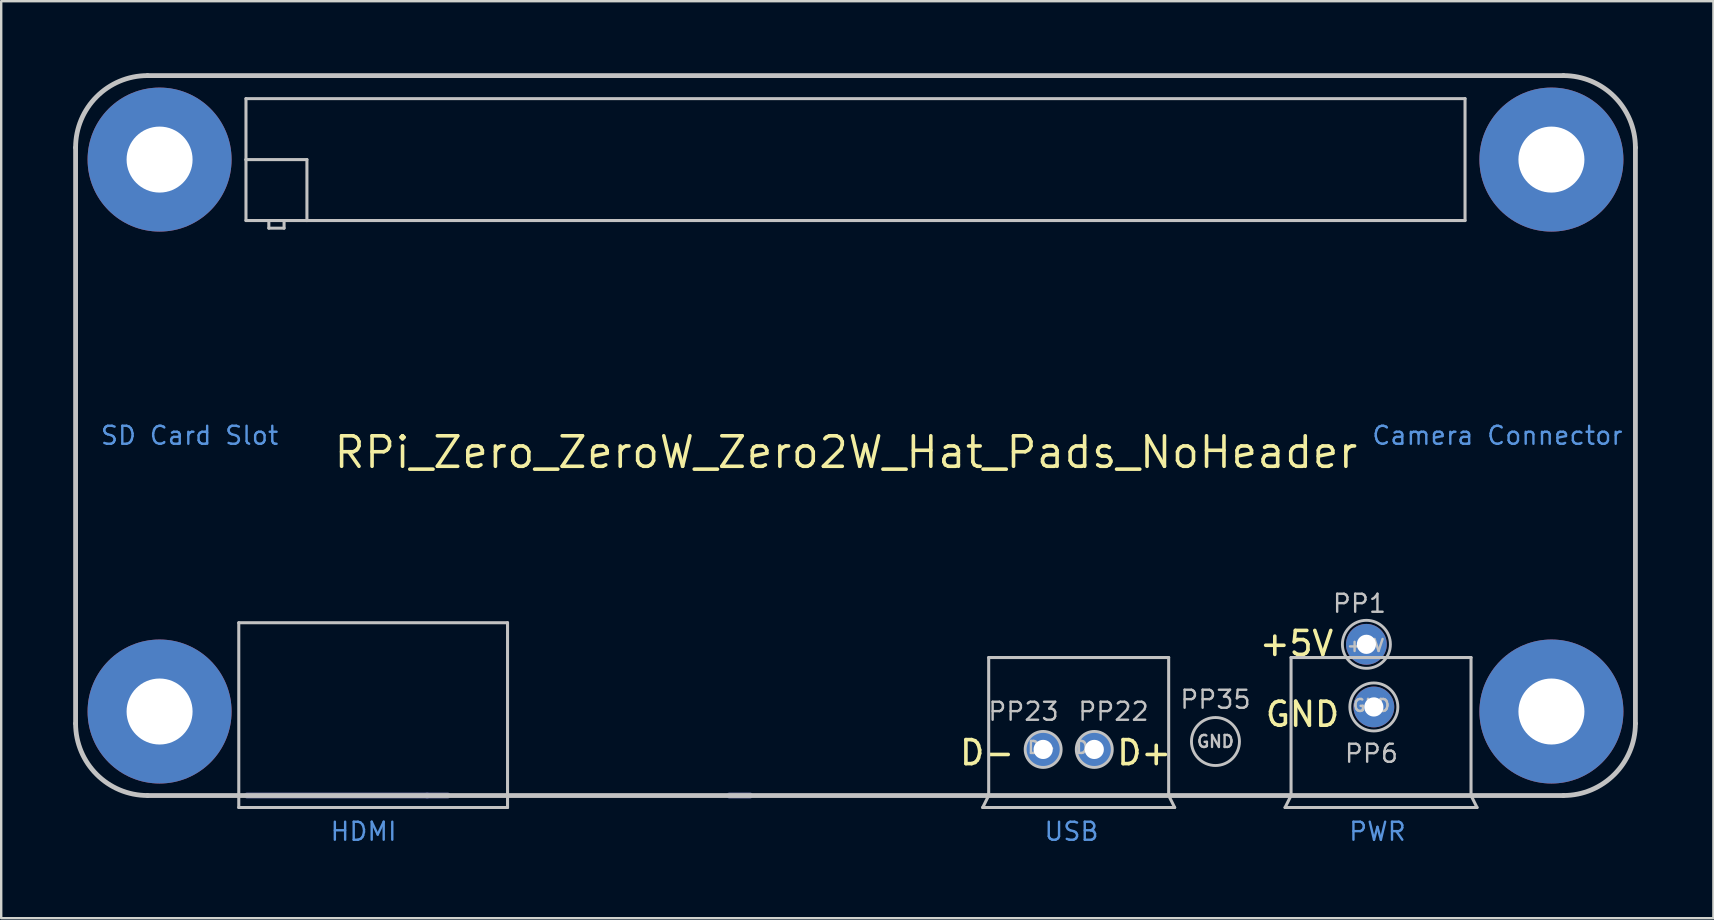
<source format=kicad_pcb>
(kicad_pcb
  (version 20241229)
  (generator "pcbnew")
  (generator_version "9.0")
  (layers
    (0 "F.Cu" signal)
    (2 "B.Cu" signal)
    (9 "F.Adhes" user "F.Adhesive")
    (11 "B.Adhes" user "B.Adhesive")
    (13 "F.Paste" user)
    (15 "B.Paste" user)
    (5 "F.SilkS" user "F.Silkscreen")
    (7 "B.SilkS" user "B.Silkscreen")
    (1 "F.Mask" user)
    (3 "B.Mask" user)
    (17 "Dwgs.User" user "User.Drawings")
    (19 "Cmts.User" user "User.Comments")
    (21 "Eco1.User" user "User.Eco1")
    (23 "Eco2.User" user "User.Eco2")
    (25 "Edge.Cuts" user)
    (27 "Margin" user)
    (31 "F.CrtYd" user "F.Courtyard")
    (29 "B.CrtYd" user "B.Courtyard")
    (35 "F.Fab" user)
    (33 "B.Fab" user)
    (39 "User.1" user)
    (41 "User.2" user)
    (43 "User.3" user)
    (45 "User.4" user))
  (footprint "RPi_Zero_ZeroW_Zero2W_Hat_Pads_NoHeader"
    (layer "F.Cu")
    (at 65.1 30.1)
    (property "Reference" "RPi_Zero_ZeroW_Zero2W_Hat_Pads_NoHeader" (at -32.9 -14.3 0) (unlocked yes) (layer "F.SilkS") (effects (font (size 1.27 1.27) (thickness 0.15))))
    (fp_line (start -65 -3) (end -65 -27) (stroke (width 0.2) (type solid)) (layer "Dwgs.User"))
    (fp_line (start -62 -30) (end -3 -30) (stroke (width 0.2) (type solid)) (layer "Dwgs.User"))
    (fp_line (start -58.2 0.5) (end -58.2 -7.2) (stroke (width 0.127) (type default)) (layer "Dwgs.User"))
    (fp_line (start -57.9 -29.04) (end -57.9 -26.5) (stroke (width 0.127) (type solid)) (layer "Dwgs.User"))
    (fp_line (start -57.9 -26.5) (end -57.9 -23.96) (stroke (width 0.127) (type solid)) (layer "Dwgs.User"))
    (fp_line (start -57.9 -26.5) (end -55.36 -26.5) (stroke (width 0.127) (type solid)) (layer "Dwgs.User"))
    (fp_line (start -57.9 -23.96) (end -56.947 -23.96) (stroke (width 0.127) (type solid)) (layer "Dwgs.User"))
    (fp_line (start -56.947 -23.96) (end -56.947 -23.642) (stroke (width 0.127) (type solid)) (layer "Dwgs.User"))
    (fp_line (start -56.947 -23.96) (end -56.312 -23.96) (stroke (width 0.127) (type solid)) (layer "Dwgs.User"))
    (fp_line (start -56.947 -23.642) (end -56.312 -23.642) (stroke (width 0.127) (type solid)) (layer "Dwgs.User"))
    (fp_line (start -56.312 -23.96) (end -55.36 -23.96) (stroke (width 0.127) (type solid)) (layer "Dwgs.User"))
    (fp_line (start -56.312 -23.642) (end -56.312 -23.96) (stroke (width 0.127) (type solid)) (layer "Dwgs.User"))
    (fp_line (start -55.36 -26.5) (end -55.36 -23.96) (stroke (width 0.127) (type solid)) (layer "Dwgs.User"))
    (fp_line (start -55.36 -23.96) (end -7.1 -23.96) (stroke (width 0.127) (type solid)) (layer "Dwgs.User"))
    (fp_line (start -47 -7.2) (end -58.2 -7.2) (stroke (width 0.127) (type default)) (layer "Dwgs.User"))
    (fp_line (start -47 0.5) (end -58.2 0.5) (stroke (width 0.127) (type default)) (layer "Dwgs.User"))
    (fp_line (start -47 0.5) (end -47 -7.2) (stroke (width 0.127) (type default)) (layer "Dwgs.User"))
    (fp_line (start -27.2 0.5) (end -26.95 0) (stroke (width 0.127) (type solid)) (layer "Dwgs.User"))
    (fp_line (start -26.95 -5.75) (end -26.95 0) (stroke (width 0.127) (type solid)) (layer "Dwgs.User"))
    (fp_line (start -19.45 -5.75) (end -26.95 -5.75) (stroke (width 0.127) (type solid)) (layer "Dwgs.User"))
    (fp_line (start -19.45 0) (end -19.45 -5.75) (stroke (width 0.127) (type solid)) (layer "Dwgs.User"))
    (fp_line (start -19.45 0) (end -19.2 0.5) (stroke (width 0.127) (type solid)) (layer "Dwgs.User"))
    (fp_line (start -19.2 0.5) (end -27.2 0.5) (stroke (width 0.127) (type solid)) (layer "Dwgs.User"))
    (fp_line (start -14.6 0.5) (end -14.35 0) (stroke (width 0.127) (type solid)) (layer "Dwgs.User"))
    (fp_line (start -14.35 -5.75) (end -14.35 0) (stroke (width 0.127) (type solid)) (layer "Dwgs.User"))
    (fp_line (start -7.1 -29.04) (end -57.9 -29.04) (stroke (width 0.127) (type solid)) (layer "Dwgs.User"))
    (fp_line (start -7.1 -23.96) (end -7.1 -29.04) (stroke (width 0.127) (type solid)) (layer "Dwgs.User"))
    (fp_line (start -6.85 -5.75) (end -14.35 -5.75) (stroke (width 0.127) (type solid)) (layer "Dwgs.User"))
    (fp_line (start -6.85 0) (end -6.85 -5.75) (stroke (width 0.127) (type solid)) (layer "Dwgs.User"))
    (fp_line (start -6.85 0) (end -6.6 0.5) (stroke (width 0.127) (type solid)) (layer "Dwgs.User"))
    (fp_line (start -6.6 0.5) (end -14.6 0.5) (stroke (width 0.127) (type solid)) (layer "Dwgs.User"))
    (fp_line (start -3 0) (end -62 0) (stroke (width 0.2) (type solid)) (layer "Dwgs.User"))
    (fp_line (start 0 -27) (end 0 -3) (stroke (width 0.2) (type solid)) (layer "Dwgs.User"))
    (fp_arc (start -65 -27) (mid -64.12132 -29.12132) (end -62 -30) (stroke (width 0.2) (type solid)) (layer "Dwgs.User"))
    (fp_arc (start -62 0) (mid -64.12132 -0.87868) (end -65 -3) (stroke (width 0.2) (type solid)) (layer "Dwgs.User"))
    (fp_arc (start -3 -30) (mid -0.87868 -29.12132) (end 0 -27) (stroke (width 0.2) (type solid)) (layer "Dwgs.User"))
    (fp_arc (start 0 -3) (mid -0.87868 -0.87868) (end -3 0) (stroke (width 0.2) (type solid)) (layer "Dwgs.User"))
    (fp_circle (center -24.68 -1.92) (end -25.43 -1.92) (stroke (width 0.12) (type default)) (fill no) (layer "Dwgs.User"))
    (fp_circle (center -22.55 -1.92) (end -23.3 -1.92) (stroke (width 0.12) (type default)) (fill no) (layer "Dwgs.User"))
    (fp_circle (center -17.5 -2.25) (end -18.5 -2.25) (stroke (width 0.12) (type default)) (fill no) (layer "Dwgs.User"))
    (fp_circle (center -11.21 -6.3) (end -12.21 -6.3) (stroke (width 0.12) (type default)) (fill no) (layer "Dwgs.User"))
    (fp_circle (center -10.9 -3.69) (end -11.9 -3.69) (stroke (width 0.12) (type default)) (fill no) (layer "Dwgs.User"))
    (fp_line (start -50.35 0) (end -57.85 0) (stroke (width 0.254) (type solid)) (layer "B.Fab"))
    (fp_line (start -49.5 0) (end -50.35 0) (stroke (width 0.254) (type solid)) (layer "B.Fab"))
    (fp_line (start -36.9 0) (end -37.75 0) (stroke (width 0.254) (type solid)) (layer "B.Fab"))
    (fp_text user "D+" (at -19.25 -1.2 0) (unlocked yes) (layer "F.SilkS") (effects (font (size 1 1) (thickness 0.15)) (justify right bottom)))
    (fp_text user "+5V" (at -12.5 -5.75 0) (unlocked yes) (layer "F.SilkS") (effects (font (size 1 1) (thickness 0.15)) (justify right bottom)))
    (fp_text user "GND" (at -12.25 -2.8 0) (unlocked yes) (layer "F.SilkS") (effects (font (size 1 1) (thickness 0.15)) (justify right bottom)))
    (fp_text user "D-" (at -25.8 -1.2 0) (unlocked yes) (layer "F.SilkS") (effects (font (size 1 1) (thickness 0.15)) (justify right bottom)))
    (fp_text user "PP1" (at -11.5 -8 0) (unlocked yes) (layer "Dwgs.User") (effects (font (size 0.75 0.75) (thickness 0.1) (bold yes))))
    (fp_text user "PP23" (at -25.5 -3.5 0) (unlocked yes) (layer "Dwgs.User") (effects (font (size 0.75 0.75) (thickness 0.1) (bold yes))))
    (fp_text user "GND" (at -17.5 -2.25 0) (unlocked yes) (layer "Dwgs.User") (effects (font (size 0.5 0.5) (thickness 0.1) (bold yes))))
    (fp_text user "D+" (at -22.75 -2 0) (unlocked yes) (layer "Dwgs.User") (effects (font (size 0.5 0.5) (thickness 0.1) (bold yes))))
    (fp_text user "PP6" (at -11 -1.75 0) (unlocked yes) (layer "Dwgs.User") (effects (font (size 0.75 0.75) (thickness 0.1) (bold yes))))
    (fp_text user "D-" (at -24.75 -2 0) (unlocked yes) (layer "Dwgs.User") (effects (font (size 0.5 0.5) (thickness 0.1) (bold yes))))
    (fp_text user "PP22" (at -21.75 -3.5 0) (unlocked yes) (layer "Dwgs.User") (effects (font (size 0.75 0.75) (thickness 0.1) (bold yes))))
    (fp_text user "+5V" (at -11.25 -6.25 0) (unlocked yes) (layer "Dwgs.User") (effects (font (size 0.5 0.5) (thickness 0.1) (bold yes))))
    (fp_text user "PP35" (at -17.5 -4 0) (unlocked yes) (layer "Dwgs.User") (effects (font (size 0.75 0.75) (thickness 0.1) (bold yes))))
    (fp_text user "GND" (at -11 -3.75 0) (unlocked yes) (layer "Dwgs.User") (effects (font (size 0.5 0.5) (thickness 0.1) (bold yes))))
    (fp_text user "Camera Connector" (at -5.75 -15 0) (unlocked yes) (layer "Cmts.User") (effects (font (size 0.75 0.75) (thickness 0.1) (bold yes))))
    (fp_text user "PWR" (at -10.75 1.5 0) (unlocked yes) (layer "Cmts.User") (effects (font (size 0.75 0.75) (thickness 0.1) (bold yes))))
    (fp_text user "HDMI" (at -53 1.5 0) (unlocked yes) (layer "Cmts.User") (effects (font (size 0.75 0.75) (thickness 0.1) (bold yes))))
    (fp_text user "SD Card Slot" (at -60.25 -15 0) (unlocked yes) (layer "Cmts.User") (effects (font (size 0.75 0.75) (thickness 0.1) (bold yes))))
    (fp_text user "USB" (at -23.5 1.5 0) (unlocked yes) (layer "Cmts.User") (effects (font (size 0.75 0.75) (thickness 0.1) (bold yes))))
    (pad "" np_thru_hole circle (at -61.5 -26.5) (size 6 6) (drill 2.75) (layers "*.Cu" "*.Mask"))
    (pad "" np_thru_hole circle (at -61.5 -3.5) (size 6 6) (drill 2.75) (layers "*.Cu" "*.Mask"))
    (pad "" np_thru_hole circle (at -3.5 -26.5) (size 6 6) (drill 2.75) (layers "*.Cu" "*.Mask"))
    (pad "" np_thru_hole circle (at -3.5 -3.5) (size 6 6) (drill 2.75) (layers "*.Cu" "*.Mask"))
    (pad "PP1" thru_hole circle (at -11.21 -6.3) (size 1.7 1.7) (drill 0.8) (layers "*.Cu" "*.Mask"))
    (pad "PP6" thru_hole circle (at -10.9 -3.69) (size 1.7 1.7) (drill 0.8) (layers "*.Cu" "*.Mask"))
    (pad "PP22" thru_hole circle (at -22.55 -1.92) (size 1.5 1.5) (drill 0.8) (layers "*.Cu" "*.Mask"))
    (pad "PP23" thru_hole circle (at -24.68 -1.92) (size 1.5 1.5) (drill 0.8) (layers "*.Cu" "*.Mask")))
  (gr_rect
    (start -3 -3)
    (end 68.35 35.214)
    (stroke (width 0.1) (type default))
    (fill no)
    (layer "Edge.Cuts")))
</source>
